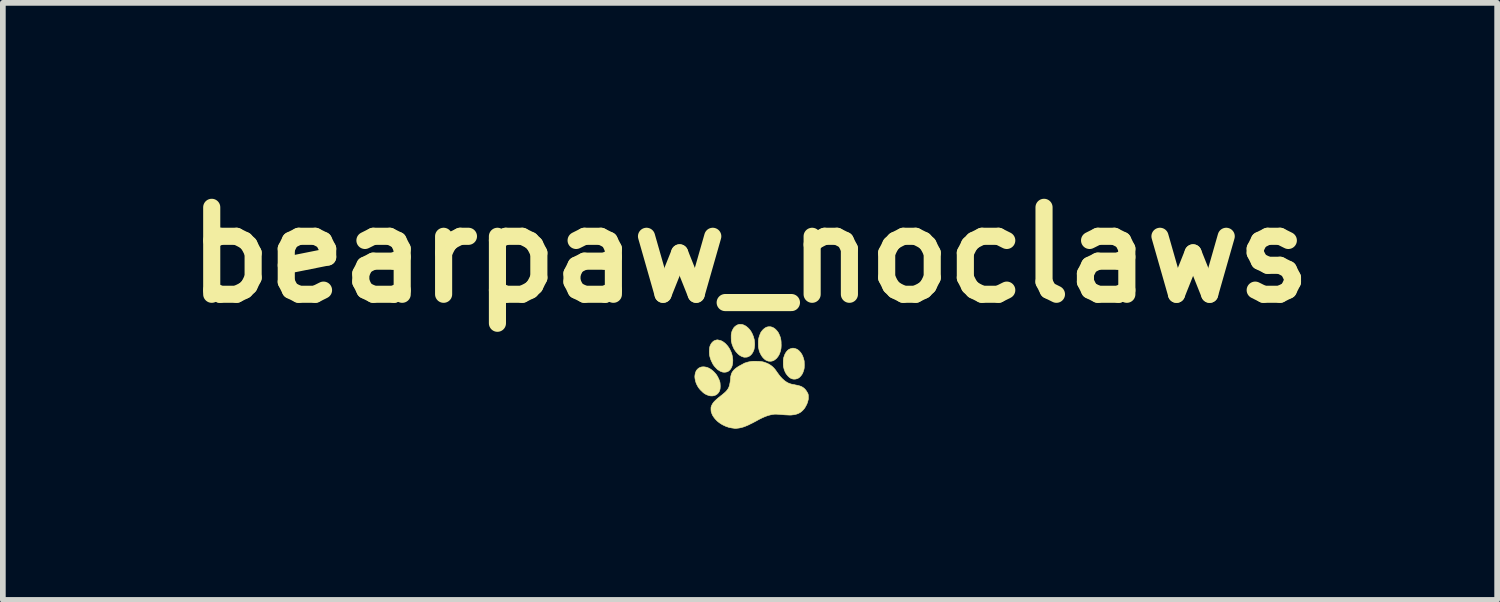
<source format=kicad_pcb>
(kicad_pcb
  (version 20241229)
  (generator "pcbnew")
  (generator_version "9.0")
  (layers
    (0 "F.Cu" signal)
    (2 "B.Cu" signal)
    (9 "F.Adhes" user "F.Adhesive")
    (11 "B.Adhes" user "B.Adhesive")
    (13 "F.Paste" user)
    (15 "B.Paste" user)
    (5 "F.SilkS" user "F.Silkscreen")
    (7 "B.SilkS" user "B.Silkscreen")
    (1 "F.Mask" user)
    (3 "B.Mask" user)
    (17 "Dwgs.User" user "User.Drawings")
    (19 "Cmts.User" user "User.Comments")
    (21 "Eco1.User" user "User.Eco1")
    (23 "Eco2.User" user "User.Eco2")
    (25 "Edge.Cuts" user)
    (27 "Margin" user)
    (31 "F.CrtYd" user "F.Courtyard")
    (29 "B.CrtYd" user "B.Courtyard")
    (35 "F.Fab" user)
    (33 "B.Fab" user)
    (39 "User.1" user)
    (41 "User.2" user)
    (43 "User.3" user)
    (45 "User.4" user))
  (footprint "bearpaw_noclaws"
    (layer "F.Cu")
    (at 10.095 3.348)
    (property "Reference" "bearpaw_noclaws" (at 0 -1.93 0) (layer "F.SilkS") (effects (font (size 1.524 1.524) (thickness 0.3))))
    (attr through_hole)
    (fp_poly (pts (xy -0.79 0.033) (xy -0.776 0.036) (xy -0.764 0.038) (xy -0.756 0.04) (xy -0.753 0.041) (xy -0.747 0.043) (xy -0.738 0.047) (xy -0.729 0.051) (xy -0.704 0.063) (xy -0.678 0.081) (xy -0.65 0.103) (xy -0.63 0.122) (xy -0.61 0.144) (xy -0.593 0.164) (xy -0.579 0.185) (xy -0.565 0.209) (xy -0.558 0.224) (xy -0.546 0.249) (xy -0.537 0.27) (xy -0.53 0.29) (xy -0.526 0.308) (xy -0.524 0.328) (xy -0.523 0.35) (xy -0.522 0.368) (xy -0.523 0.392) (xy -0.524 0.411) (xy -0.527 0.427) (xy -0.531 0.441) (xy -0.536 0.456) (xy -0.543 0.469) (xy -0.559 0.492) (xy -0.579 0.511) (xy -0.603 0.526) (xy -0.629 0.536) (xy -0.657 0.541) (xy -0.687 0.541) (xy -0.71 0.537) (xy -0.728 0.532) (xy -0.745 0.526) (xy -0.763 0.519) (xy -0.782 0.509) (xy -0.799 0.499) (xy -0.81 0.491) (xy -0.825 0.479) (xy -0.84 0.464) (xy -0.857 0.448) (xy -0.873 0.432) (xy -0.887 0.415) (xy -0.898 0.401) (xy -0.903 0.395) (xy -0.912 0.38) (xy -0.921 0.364) (xy -0.93 0.347) (xy -0.938 0.331) (xy -0.944 0.317) (xy -0.948 0.306) (xy -0.949 0.3) (xy -0.951 0.293) (xy -0.953 0.289) (xy -0.955 0.281) (xy -0.958 0.269) (xy -0.961 0.254) (xy -0.964 0.238) (xy -0.966 0.221) (xy -0.967 0.207) (xy -0.967 0.196) (xy -0.967 0.194) (xy -0.964 0.17) (xy -0.961 0.152) (xy -0.958 0.139) (xy -0.955 0.131) (xy -0.954 0.128) (xy -0.95 0.121) (xy -0.949 0.116) (xy -0.947 0.109) (xy -0.941 0.098) (xy -0.933 0.087) (xy -0.922 0.075) (xy -0.917 0.069) (xy -0.894 0.051) (xy -0.869 0.039) (xy -0.842 0.032) (xy -0.812 0.031) (xy -0.79 0.033)) (stroke (width 0.01) (type solid)) (fill yes) (layer "F.SilkS"))
    (fp_poly (pts (xy -0.132 -0.71) (xy -0.103 -0.699) (xy -0.074 -0.683) (xy -0.064 -0.676) (xy -0.033 -0.65) (xy -0.005 -0.62) (xy 0.018 -0.587) (xy 0.039 -0.548) (xy 0.057 -0.505) (xy 0.071 -0.457) (xy 0.074 -0.445) (xy 0.076 -0.428) (xy 0.078 -0.409) (xy 0.08 -0.39) (xy 0.081 -0.372) (xy 0.081 -0.357) (xy 0.081 -0.348) (xy 0.079 -0.337) (xy 0.078 -0.323) (xy 0.076 -0.31) (xy 0.074 -0.296) (xy 0.072 -0.283) (xy 0.07 -0.273) (xy 0.063 -0.254) (xy 0.054 -0.234) (xy 0.043 -0.213) (xy 0.031 -0.196) (xy 0.026 -0.19) (xy 0.014 -0.177) (xy -0.000037 -0.165) (xy -0.014 -0.155) (xy -0.027 -0.149) (xy -0.032 -0.147) (xy -0.04 -0.144) (xy -0.044 -0.142) (xy -0.049 -0.14) (xy -0.059 -0.139) (xy -0.071 -0.138) (xy -0.077 -0.138) (xy -0.093 -0.137) (xy -0.106 -0.138) (xy -0.117 -0.141) (xy -0.127 -0.144) (xy -0.152 -0.154) (xy -0.174 -0.166) (xy -0.193 -0.18) (xy -0.214 -0.198) (xy -0.217 -0.202) (xy -0.247 -0.234) (xy -0.271 -0.268) (xy -0.287 -0.296) (xy -0.294 -0.313) (xy -0.302 -0.331) (xy -0.309 -0.349) (xy -0.315 -0.366) (xy -0.319 -0.381) (xy -0.321 -0.391) (xy -0.321 -0.394) (xy -0.322 -0.401) (xy -0.325 -0.406) (xy -0.326 -0.41) (xy -0.328 -0.418) (xy -0.329 -0.432) (xy -0.329 -0.451) (xy -0.33 -0.471) (xy -0.33 -0.494) (xy -0.33 -0.511) (xy -0.33 -0.525) (xy -0.329 -0.536) (xy -0.327 -0.546) (xy -0.325 -0.557) (xy -0.324 -0.562) (xy -0.321 -0.575) (xy -0.318 -0.587) (xy -0.315 -0.594) (xy -0.315 -0.596) (xy -0.312 -0.603) (xy -0.307 -0.613) (xy -0.301 -0.624) (xy -0.295 -0.636) (xy -0.29 -0.645) (xy -0.29 -0.645) (xy -0.285 -0.652) (xy -0.278 -0.661) (xy -0.269 -0.67) (xy -0.266 -0.673) (xy -0.242 -0.692) (xy -0.217 -0.705) (xy -0.19 -0.713) (xy -0.162 -0.714) (xy -0.132 -0.71)) (stroke (width 0.01) (type solid)) (fill yes) (layer "F.SilkS"))
    (fp_poly (pts (xy -0.564 -0.441) (xy -0.552 -0.438) (xy -0.538 -0.435) (xy -0.524 -0.432) (xy -0.513 -0.429) (xy -0.506 -0.426) (xy -0.499 -0.423) (xy -0.49 -0.418) (xy -0.488 -0.417) (xy -0.479 -0.413) (xy -0.473 -0.409) (xy -0.472 -0.408) (xy -0.467 -0.404) (xy -0.46 -0.399) (xy -0.456 -0.396) (xy -0.434 -0.379) (xy -0.413 -0.357) (xy -0.391 -0.332) (xy -0.372 -0.305) (xy -0.355 -0.277) (xy -0.349 -0.264) (xy -0.344 -0.252) (xy -0.339 -0.243) (xy -0.336 -0.237) (xy -0.336 -0.237) (xy -0.329 -0.22) (xy -0.321 -0.197) (xy -0.314 -0.172) (xy -0.309 -0.144) (xy -0.305 -0.117) (xy -0.302 -0.091) (xy -0.302 -0.075) (xy -0.304 -0.037) (xy -0.31 -0.001) (xy -0.32 0.031) (xy -0.335 0.06) (xy -0.352 0.084) (xy -0.373 0.103) (xy -0.382 0.109) (xy -0.402 0.119) (xy -0.426 0.124) (xy -0.451 0.126) (xy -0.475 0.124) (xy -0.484 0.122) (xy -0.507 0.114) (xy -0.527 0.105) (xy -0.541 0.096) (xy -0.549 0.09) (xy -0.556 0.087) (xy -0.559 0.086) (xy -0.563 0.084) (xy -0.57 0.077) (xy -0.579 0.069) (xy -0.59 0.058) (xy -0.601 0.046) (xy -0.612 0.035) (xy -0.621 0.024) (xy -0.628 0.016) (xy -0.63 0.013) (xy -0.636 0.004) (xy -0.64 -0.001) (xy -0.641 -0.003) (xy -0.646 -0.009) (xy -0.652 -0.02) (xy -0.659 -0.034) (xy -0.667 -0.05) (xy -0.675 -0.067) (xy -0.683 -0.084) (xy -0.689 -0.1) (xy -0.692 -0.108) (xy -0.7 -0.134) (xy -0.706 -0.157) (xy -0.71 -0.18) (xy -0.712 -0.206) (xy -0.713 -0.235) (xy -0.713 -0.238) (xy -0.712 -0.267) (xy -0.71 -0.291) (xy -0.707 -0.311) (xy -0.703 -0.328) (xy -0.7 -0.336) (xy -0.692 -0.354) (xy -0.685 -0.367) (xy -0.68 -0.377) (xy -0.678 -0.379) (xy -0.671 -0.388) (xy -0.662 -0.398) (xy -0.652 -0.408) (xy -0.643 -0.416) (xy -0.635 -0.422) (xy -0.634 -0.422) (xy -0.626 -0.426) (xy -0.622 -0.428) (xy -0.614 -0.432) (xy -0.603 -0.435) (xy -0.59 -0.439) (xy -0.579 -0.441) (xy -0.572 -0.441) (xy -0.564 -0.441)) (stroke (width 0.01) (type solid)) (fill yes) (layer "F.SilkS"))
    (fp_poly (pts (xy 0.36 -0.671) (xy 0.388 -0.664) (xy 0.416 -0.65) (xy 0.442 -0.631) (xy 0.468 -0.605) (xy 0.487 -0.58) (xy 0.494 -0.57) (xy 0.499 -0.562) (xy 0.502 -0.558) (xy 0.502 -0.557) (xy 0.503 -0.554) (xy 0.506 -0.546) (xy 0.511 -0.536) (xy 0.512 -0.533) (xy 0.525 -0.503) (xy 0.534 -0.475) (xy 0.54 -0.446) (xy 0.543 -0.427) (xy 0.544 -0.414) (xy 0.545 -0.397) (xy 0.545 -0.378) (xy 0.546 -0.357) (xy 0.546 -0.337) (xy 0.545 -0.318) (xy 0.544 -0.302) (xy 0.543 -0.291) (xy 0.543 -0.289) (xy 0.534 -0.249) (xy 0.523 -0.214) (xy 0.51 -0.183) (xy 0.493 -0.154) (xy 0.473 -0.128) (xy 0.467 -0.12) (xy 0.457 -0.112) (xy 0.447 -0.103) (xy 0.437 -0.095) (xy 0.429 -0.089) (xy 0.424 -0.086) (xy 0.423 -0.086) (xy 0.419 -0.084) (xy 0.417 -0.082) (xy 0.409 -0.077) (xy 0.396 -0.073) (xy 0.38 -0.069) (xy 0.363 -0.067) (xy 0.349 -0.067) (xy 0.333 -0.068) (xy 0.321 -0.069) (xy 0.309 -0.073) (xy 0.301 -0.076) (xy 0.284 -0.083) (xy 0.272 -0.09) (xy 0.26 -0.099) (xy 0.247 -0.11) (xy 0.244 -0.113) (xy 0.218 -0.141) (xy 0.197 -0.172) (xy 0.188 -0.189) (xy 0.182 -0.201) (xy 0.177 -0.212) (xy 0.173 -0.219) (xy 0.173 -0.22) (xy 0.169 -0.227) (xy 0.168 -0.232) (xy 0.167 -0.237) (xy 0.164 -0.245) (xy 0.164 -0.246) (xy 0.162 -0.251) (xy 0.159 -0.259) (xy 0.157 -0.269) (xy 0.154 -0.283) (xy 0.15 -0.302) (xy 0.149 -0.31) (xy 0.147 -0.32) (xy 0.147 -0.335) (xy 0.146 -0.353) (xy 0.146 -0.373) (xy 0.146 -0.394) (xy 0.146 -0.414) (xy 0.147 -0.431) (xy 0.148 -0.444) (xy 0.149 -0.448) (xy 0.154 -0.475) (xy 0.161 -0.499) (xy 0.169 -0.522) (xy 0.178 -0.545) (xy 0.183 -0.556) (xy 0.186 -0.563) (xy 0.187 -0.567) (xy 0.187 -0.567) (xy 0.189 -0.57) (xy 0.193 -0.577) (xy 0.2 -0.586) (xy 0.2 -0.587) (xy 0.218 -0.61) (xy 0.238 -0.63) (xy 0.26 -0.647) (xy 0.281 -0.66) (xy 0.299 -0.667) (xy 0.33 -0.672) (xy 0.36 -0.671)) (stroke (width 0.01) (type solid)) (fill yes) (layer "F.SilkS"))
    (fp_poly (pts (xy 0.762 -0.295) (xy 0.774 -0.293) (xy 0.779 -0.292) (xy 0.806 -0.284) (xy 0.83 -0.273) (xy 0.852 -0.257) (xy 0.856 -0.253) (xy 0.864 -0.245) (xy 0.873 -0.235) (xy 0.882 -0.225) (xy 0.89 -0.215) (xy 0.896 -0.207) (xy 0.898 -0.202) (xy 0.899 -0.202) (xy 0.9 -0.199) (xy 0.904 -0.192) (xy 0.91 -0.184) (xy 0.915 -0.174) (xy 0.919 -0.166) (xy 0.921 -0.162) (xy 0.922 -0.156) (xy 0.923 -0.154) (xy 0.926 -0.15) (xy 0.929 -0.141) (xy 0.933 -0.129) (xy 0.933 -0.127) (xy 0.938 -0.113) (xy 0.942 -0.099) (xy 0.945 -0.087) (xy 0.947 -0.08) (xy 0.949 -0.07) (xy 0.95 -0.057) (xy 0.95 -0.039) (xy 0.951 -0.017) (xy 0.951 -0.008) (xy 0.951 0.015) (xy 0.95 0.033) (xy 0.95 0.048) (xy 0.948 0.06) (xy 0.946 0.072) (xy 0.943 0.084) (xy 0.938 0.097) (xy 0.936 0.103) (xy 0.933 0.113) (xy 0.93 0.123) (xy 0.921 0.144) (xy 0.909 0.166) (xy 0.893 0.187) (xy 0.876 0.206) (xy 0.858 0.222) (xy 0.846 0.229) (xy 0.821 0.24) (xy 0.794 0.246) (xy 0.768 0.247) (xy 0.743 0.243) (xy 0.74 0.242) (xy 0.73 0.239) (xy 0.723 0.236) (xy 0.716 0.233) (xy 0.707 0.227) (xy 0.697 0.221) (xy 0.681 0.208) (xy 0.664 0.191) (xy 0.648 0.172) (xy 0.633 0.152) (xy 0.623 0.135) (xy 0.615 0.119) (xy 0.609 0.105) (xy 0.605 0.095) (xy 0.603 0.09) (xy 0.603 0.09) (xy 0.602 0.085) (xy 0.599 0.078) (xy 0.599 0.077) (xy 0.595 0.068) (xy 0.594 0.06) (xy 0.593 0.052) (xy 0.59 0.042) (xy 0.588 0.038) (xy 0.586 0.028) (xy 0.585 0.013) (xy 0.583 -0.005) (xy 0.583 -0.026) (xy 0.583 -0.048) (xy 0.583 -0.07) (xy 0.584 -0.09) (xy 0.586 -0.107) (xy 0.588 -0.12) (xy 0.588 -0.122) (xy 0.597 -0.15) (xy 0.605 -0.173) (xy 0.613 -0.192) (xy 0.622 -0.209) (xy 0.632 -0.224) (xy 0.64 -0.235) (xy 0.658 -0.256) (xy 0.677 -0.271) (xy 0.698 -0.282) (xy 0.722 -0.29) (xy 0.73 -0.292) (xy 0.743 -0.295) (xy 0.753 -0.296) (xy 0.762 -0.295)) (stroke (width 0.01) (type solid)) (fill yes) (layer "F.SilkS"))
    (fp_poly (pts (xy 0.085 -0.066) (xy 0.109 -0.066) (xy 0.114 -0.066) (xy 0.145 -0.065) (xy 0.172 -0.064) (xy 0.195 -0.061) (xy 0.216 -0.058) (xy 0.237 -0.053) (xy 0.257 -0.047) (xy 0.28 -0.038) (xy 0.287 -0.036) (xy 0.322 -0.02) (xy 0.356 -0.000075) (xy 0.386 0.022) (xy 0.412 0.046) (xy 0.421 0.056) (xy 0.429 0.065) (xy 0.435 0.072) (xy 0.438 0.076) (xy 0.438 0.076) (xy 0.441 0.079) (xy 0.446 0.086) (xy 0.453 0.095) (xy 0.462 0.109) (xy 0.471 0.122) (xy 0.479 0.133) (xy 0.486 0.142) (xy 0.49 0.147) (xy 0.49 0.148) (xy 0.493 0.152) (xy 0.498 0.159) (xy 0.504 0.167) (xy 0.533 0.204) (xy 0.564 0.237) (xy 0.595 0.266) (xy 0.627 0.29) (xy 0.657 0.308) (xy 0.66 0.31) (xy 0.671 0.315) (xy 0.681 0.319) (xy 0.686 0.321) (xy 0.687 0.321) (xy 0.693 0.323) (xy 0.694 0.324) (xy 0.699 0.326) (xy 0.708 0.329) (xy 0.72 0.333) (xy 0.734 0.336) (xy 0.747 0.339) (xy 0.758 0.341) (xy 0.759 0.341) (xy 0.765 0.342) (xy 0.771 0.343) (xy 0.779 0.344) (xy 0.789 0.347) (xy 0.803 0.35) (xy 0.821 0.353) (xy 0.841 0.358) (xy 0.854 0.361) (xy 0.866 0.364) (xy 0.873 0.367) (xy 0.874 0.367) (xy 0.882 0.37) (xy 0.887 0.371) (xy 0.892 0.373) (xy 0.9 0.377) (xy 0.912 0.383) (xy 0.919 0.387) (xy 0.946 0.406) (xy 0.969 0.429) (xy 0.99 0.457) (xy 1.009 0.49) (xy 1.01 0.491) (xy 1.014 0.5) (xy 1.017 0.508) (xy 1.019 0.516) (xy 1.021 0.525) (xy 1.021 0.538) (xy 1.022 0.553) (xy 1.022 0.57) (xy 1.022 0.586) (xy 1.021 0.599) (xy 1.02 0.607) (xy 1.015 0.625) (xy 1.012 0.637) (xy 1.01 0.646) (xy 1.008 0.652) (xy 1.006 0.657) (xy 1.005 0.659) (xy 1.002 0.667) (xy 1 0.672) (xy 1 0.672) (xy 0.999 0.677) (xy 0.995 0.686) (xy 0.989 0.698) (xy 0.982 0.711) (xy 0.974 0.725) (xy 0.967 0.738) (xy 0.961 0.749) (xy 0.958 0.753) (xy 0.946 0.769) (xy 0.93 0.787) (xy 0.914 0.803) (xy 0.897 0.818) (xy 0.885 0.827) (xy 0.861 0.841) (xy 0.838 0.852) (xy 0.814 0.86) (xy 0.788 0.867) (xy 0.757 0.872) (xy 0.756 0.872) (xy 0.743 0.873) (xy 0.732 0.875) (xy 0.72 0.876) (xy 0.709 0.876) (xy 0.696 0.876) (xy 0.681 0.876) (xy 0.664 0.875) (xy 0.644 0.874) (xy 0.62 0.873) (xy 0.592 0.871) (xy 0.559 0.868) (xy 0.521 0.865) (xy 0.495 0.863) (xy 0.475 0.862) (xy 0.459 0.861) (xy 0.446 0.861) (xy 0.434 0.861) (xy 0.422 0.862) (xy 0.409 0.864) (xy 0.399 0.865) (xy 0.354 0.874) (xy 0.307 0.887) (xy 0.259 0.905) (xy 0.207 0.928) (xy 0.153 0.955) (xy 0.107 0.981) (xy 0.097 0.986) (xy 0.084 0.993) (xy 0.067 1.002) (xy 0.048 1.012) (xy 0.028 1.022) (xy 0.009 1.031) (xy -0.009 1.04) (xy -0.024 1.048) (xy -0.036 1.053) (xy -0.042 1.056) (xy -0.054 1.061) (xy -0.065 1.065) (xy -0.072 1.069) (xy -0.08 1.072) (xy -0.086 1.073) (xy -0.086 1.073) (xy -0.093 1.075) (xy -0.094 1.076) (xy -0.1 1.079) (xy -0.112 1.084) (xy -0.127 1.088) (xy -0.145 1.093) (xy -0.164 1.098) (xy -0.183 1.102) (xy -0.202 1.105) (xy -0.213 1.106) (xy -0.229 1.108) (xy -0.242 1.11) (xy -0.253 1.11) (xy -0.258 1.111) (xy -0.259 1.111) (xy -0.263 1.11) (xy -0.272 1.109) (xy -0.285 1.107) (xy -0.3 1.105) (xy -0.3 1.105) (xy -0.322 1.102) (xy -0.342 1.098) (xy -0.36 1.095) (xy -0.374 1.091) (xy -0.384 1.088) (xy -0.389 1.086) (xy -0.389 1.086) (xy -0.393 1.083) (xy -0.397 1.083) (xy -0.4 1.082) (xy -0.404 1.082) (xy -0.41 1.079) (xy -0.419 1.076) (xy -0.432 1.07) (xy -0.441 1.066) (xy -0.481 1.047) (xy -0.516 1.026) (xy -0.532 1.015) (xy -0.536 1.012) (xy -0.543 1.007) (xy -0.553 0.999) (xy -0.556 0.997) (xy -0.573 0.983) (xy -0.591 0.965) (xy -0.61 0.945) (xy -0.627 0.924) (xy -0.642 0.903) (xy -0.654 0.884) (xy -0.66 0.873) (xy -0.67 0.848) (xy -0.678 0.826) (xy -0.68 0.819) (xy -0.682 0.809) (xy -0.683 0.796) (xy -0.684 0.781) (xy -0.684 0.766) (xy -0.684 0.751) (xy -0.683 0.74) (xy -0.681 0.732) (xy -0.68 0.73) (xy -0.677 0.724) (xy -0.676 0.721) (xy -0.675 0.714) (xy -0.67 0.704) (xy -0.664 0.692) (xy -0.657 0.679) (xy -0.649 0.667) (xy -0.642 0.657) (xy -0.628 0.641) (xy -0.61 0.623) (xy -0.589 0.603) (xy -0.566 0.583) (xy -0.548 0.568) (xy -0.537 0.56) (xy -0.527 0.552) (xy -0.521 0.547) (xy -0.519 0.545) (xy -0.514 0.541) (xy -0.505 0.534) (xy -0.494 0.526) (xy -0.487 0.52) (xy -0.457 0.495) (xy -0.431 0.472) (xy -0.41 0.45) (xy -0.393 0.428) (xy -0.379 0.406) (xy -0.369 0.383) (xy -0.36 0.358) (xy -0.36 0.356) (xy -0.357 0.343) (xy -0.354 0.327) (xy -0.35 0.307) (xy -0.347 0.286) (xy -0.344 0.264) (xy -0.342 0.244) (xy -0.34 0.228) (xy -0.34 0.215) (xy -0.34 0.214) (xy -0.339 0.205) (xy -0.336 0.191) (xy -0.332 0.176) (xy -0.328 0.161) (xy -0.324 0.148) (xy -0.322 0.144) (xy -0.311 0.123) (xy -0.295 0.101) (xy -0.276 0.08) (xy -0.256 0.062) (xy -0.244 0.053) (xy -0.226 0.04) (xy -0.211 0.03) (xy -0.199 0.022) (xy -0.188 0.016) (xy -0.178 0.011) (xy -0.17 0.006) (xy -0.156 -0.001) (xy -0.141 -0.009) (xy -0.127 -0.017) (xy -0.114 -0.024) (xy -0.105 -0.029) (xy -0.1 -0.032) (xy -0.1 -0.032) (xy -0.096 -0.034) (xy -0.087 -0.037) (xy -0.075 -0.04) (xy -0.073 -0.041) (xy -0.06 -0.045) (xy -0.049 -0.048) (xy -0.042 -0.051) (xy -0.041 -0.051) (xy -0.035 -0.053) (xy -0.024 -0.055) (xy -0.01 -0.058) (xy 0.003 -0.06) (xy 0.015 -0.063) (xy 0.026 -0.064) (xy 0.038 -0.065) (xy 0.051 -0.066) (xy 0.066 -0.066) (xy 0.085 -0.066)) (stroke (width 0.01) (type solid)) (fill yes) (layer "F.SilkS")))
  (gr_rect
    (start -3 -3)
    (end 23.189 7.464)
    (stroke (width 0.1) (type default))
    (fill no)
    (layer "Edge.Cuts")))
</source>
